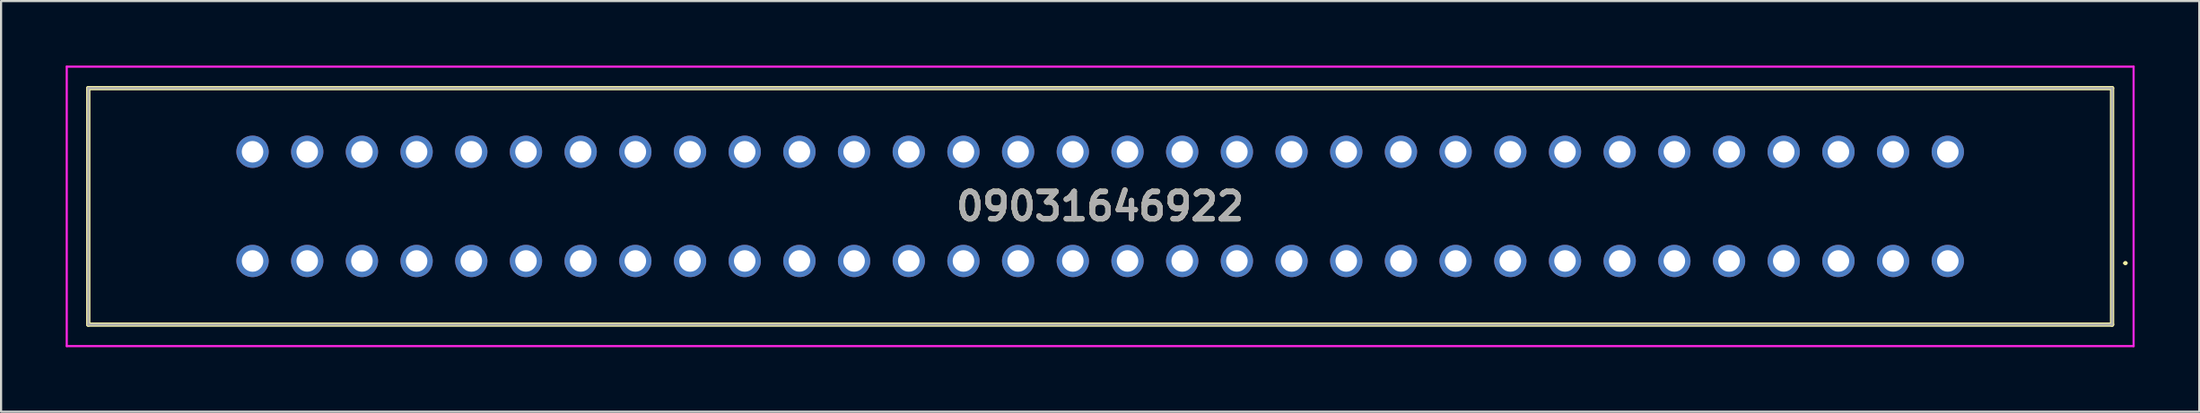
<source format=kicad_pcb>
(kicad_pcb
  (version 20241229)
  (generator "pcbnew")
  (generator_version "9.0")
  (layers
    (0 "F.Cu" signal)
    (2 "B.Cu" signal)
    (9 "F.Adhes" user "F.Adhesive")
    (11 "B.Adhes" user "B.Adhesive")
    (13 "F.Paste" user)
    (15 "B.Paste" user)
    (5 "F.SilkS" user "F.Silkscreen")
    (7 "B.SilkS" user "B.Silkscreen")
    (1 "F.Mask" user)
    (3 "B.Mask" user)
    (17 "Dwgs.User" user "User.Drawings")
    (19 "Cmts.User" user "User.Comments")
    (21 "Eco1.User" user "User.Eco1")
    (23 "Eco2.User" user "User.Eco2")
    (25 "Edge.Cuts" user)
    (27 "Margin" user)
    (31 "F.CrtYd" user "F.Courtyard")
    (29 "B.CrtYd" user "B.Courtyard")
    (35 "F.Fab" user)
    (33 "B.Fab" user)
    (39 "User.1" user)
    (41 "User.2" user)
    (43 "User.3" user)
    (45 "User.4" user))
  (footprint "09031646922"
    (layer "F.Cu")
    (at 87.42 9.09)
    (property "Reference" "09031646922" (at -39.37 -2.54 0) (layer "F.SilkS") (effects (font (size 1.27 1.27) (thickness 0.254))))
    (attr through_hole)
    (fp_line (start -86.37 -8.04) (end -86.37 2.96) (stroke (width 0.2) (type solid)) (layer "F.SilkS"))
    (fp_line (start -86.37 2.96) (end 7.63 2.96) (stroke (width 0.2) (type solid)) (layer "F.SilkS"))
    (fp_line (start 7.63 -8.04) (end -86.37 -8.04) (stroke (width 0.2) (type solid)) (layer "F.SilkS"))
    (fp_line (start 7.63 2.96) (end 7.63 -8.04) (stroke (width 0.2) (type solid)) (layer "F.SilkS"))
    (fp_line (start 8.2 0.1) (end 8.2 0.1) (stroke (width 0.1) (type solid)) (layer "F.SilkS"))
    (fp_line (start 8.3 0.1) (end 8.3 0.1) (stroke (width 0.1) (type solid)) (layer "F.SilkS"))
    (fp_arc (start 8.2 0.1) (mid 8.25 0.05) (end 8.3 0.1) (stroke (width 0.1) (type solid)) (layer "F.SilkS"))
    (fp_arc (start 8.3 0.1) (mid 8.25 0.15) (end 8.2 0.1) (stroke (width 0.1) (type solid)) (layer "F.SilkS"))
    (fp_line (start -87.37 -9.04) (end -87.37 3.96) (stroke (width 0.1) (type solid)) (layer "F.CrtYd"))
    (fp_line (start -87.37 3.96) (end 8.63 3.96) (stroke (width 0.1) (type solid)) (layer "F.CrtYd"))
    (fp_line (start 8.63 -9.04) (end -87.37 -9.04) (stroke (width 0.1) (type solid)) (layer "F.CrtYd"))
    (fp_line (start 8.63 3.96) (end 8.63 -9.04) (stroke (width 0.1) (type solid)) (layer "F.CrtYd"))
    (fp_line (start -86.37 -8.04) (end -86.37 2.96) (stroke (width 0.1) (type solid)) (layer "F.Fab"))
    (fp_line (start -86.37 2.96) (end 7.63 2.96) (stroke (width 0.1) (type solid)) (layer "F.Fab"))
    (fp_line (start 7.63 -8.04) (end -86.37 -8.04) (stroke (width 0.1) (type solid)) (layer "F.Fab"))
    (fp_line (start 7.63 2.96) (end 7.63 -8.04) (stroke (width 0.1) (type solid)) (layer "F.Fab"))
    (fp_text user "${REFERENCE}" (at -39.37 -2.54 0) (layer "F.Fab") (effects (font (size 1.27 1.27) (thickness 0.254))))
    (pad "A1" thru_hole circle (at 0 0) (size 1.5 1.5) (drill 1) (layers "*.Cu" "*.Mask"))
    (pad "A2" thru_hole circle (at -2.54 0) (size 1.5 1.5) (drill 1) (layers "*.Cu" "*.Mask"))
    (pad "A3" thru_hole circle (at -5.08 0) (size 1.5 1.5) (drill 1) (layers "*.Cu" "*.Mask"))
    (pad "A4" thru_hole circle (at -7.62 0) (size 1.5 1.5) (drill 1) (layers "*.Cu" "*.Mask"))
    (pad "A5" thru_hole circle (at -10.16 0) (size 1.5 1.5) (drill 1) (layers "*.Cu" "*.Mask"))
    (pad "A6" thru_hole circle (at -12.7 0) (size 1.5 1.5) (drill 1) (layers "*.Cu" "*.Mask"))
    (pad "A7" thru_hole circle (at -15.24 0) (size 1.5 1.5) (drill 1) (layers "*.Cu" "*.Mask"))
    (pad "A8" thru_hole circle (at -17.78 0) (size 1.5 1.5) (drill 1) (layers "*.Cu" "*.Mask"))
    (pad "A9" thru_hole circle (at -20.32 0) (size 1.5 1.5) (drill 1) (layers "*.Cu" "*.Mask"))
    (pad "A10" thru_hole circle (at -22.86 0) (size 1.5 1.5) (drill 1) (layers "*.Cu" "*.Mask"))
    (pad "A11" thru_hole circle (at -25.4 0) (size 1.5 1.5) (drill 1) (layers "*.Cu" "*.Mask"))
    (pad "A12" thru_hole circle (at -27.94 0) (size 1.5 1.5) (drill 1) (layers "*.Cu" "*.Mask"))
    (pad "A13" thru_hole circle (at -30.48 0) (size 1.5 1.5) (drill 1) (layers "*.Cu" "*.Mask"))
    (pad "A14" thru_hole circle (at -33.02 0) (size 1.5 1.5) (drill 1) (layers "*.Cu" "*.Mask"))
    (pad "A15" thru_hole circle (at -35.56 0) (size 1.5 1.5) (drill 1) (layers "*.Cu" "*.Mask"))
    (pad "A16" thru_hole circle (at -38.1 0) (size 1.5 1.5) (drill 1) (layers "*.Cu" "*.Mask"))
    (pad "A17" thru_hole circle (at -40.64 0) (size 1.5 1.5) (drill 1) (layers "*.Cu" "*.Mask"))
    (pad "A18" thru_hole circle (at -43.18 0) (size 1.5 1.5) (drill 1) (layers "*.Cu" "*.Mask"))
    (pad "A19" thru_hole circle (at -45.72 0) (size 1.5 1.5) (drill 1) (layers "*.Cu" "*.Mask"))
    (pad "A20" thru_hole circle (at -48.26 0) (size 1.5 1.5) (drill 1) (layers "*.Cu" "*.Mask"))
    (pad "A21" thru_hole circle (at -50.8 0) (size 1.5 1.5) (drill 1) (layers "*.Cu" "*.Mask"))
    (pad "A22" thru_hole circle (at -53.34 0) (size 1.5 1.5) (drill 1) (layers "*.Cu" "*.Mask"))
    (pad "A23" thru_hole circle (at -55.88 0) (size 1.5 1.5) (drill 1) (layers "*.Cu" "*.Mask"))
    (pad "A24" thru_hole circle (at -58.42 0) (size 1.5 1.5) (drill 1) (layers "*.Cu" "*.Mask"))
    (pad "A25" thru_hole circle (at -60.96 0) (size 1.5 1.5) (drill 1) (layers "*.Cu" "*.Mask"))
    (pad "A26" thru_hole circle (at -63.5 0) (size 1.5 1.5) (drill 1) (layers "*.Cu" "*.Mask"))
    (pad "A27" thru_hole circle (at -66.04 0) (size 1.5 1.5) (drill 1) (layers "*.Cu" "*.Mask"))
    (pad "A28" thru_hole circle (at -68.58 0) (size 1.5 1.5) (drill 1) (layers "*.Cu" "*.Mask"))
    (pad "A29" thru_hole circle (at -71.12 0) (size 1.5 1.5) (drill 1) (layers "*.Cu" "*.Mask"))
    (pad "A30" thru_hole circle (at -73.66 0) (size 1.5 1.5) (drill 1) (layers "*.Cu" "*.Mask"))
    (pad "A31" thru_hole circle (at -76.2 0) (size 1.5 1.5) (drill 1) (layers "*.Cu" "*.Mask"))
    (pad "A32" thru_hole circle (at -78.74 0) (size 1.5 1.5) (drill 1) (layers "*.Cu" "*.Mask"))
    (pad "C1" thru_hole circle (at 0 -5.08) (size 1.5 1.5) (drill 1) (layers "*.Cu" "*.Mask"))
    (pad "C2" thru_hole circle (at -2.54 -5.08) (size 1.5 1.5) (drill 1) (layers "*.Cu" "*.Mask"))
    (pad "C3" thru_hole circle (at -5.08 -5.08) (size 1.5 1.5) (drill 1) (layers "*.Cu" "*.Mask"))
    (pad "C4" thru_hole circle (at -7.62 -5.08) (size 1.5 1.5) (drill 1) (layers "*.Cu" "*.Mask"))
    (pad "C5" thru_hole circle (at -10.16 -5.08) (size 1.5 1.5) (drill 1) (layers "*.Cu" "*.Mask"))
    (pad "C6" thru_hole circle (at -12.7 -5.08) (size 1.5 1.5) (drill 1) (layers "*.Cu" "*.Mask"))
    (pad "C7" thru_hole circle (at -15.24 -5.08) (size 1.5 1.5) (drill 1) (layers "*.Cu" "*.Mask"))
    (pad "C8" thru_hole circle (at -17.78 -5.08) (size 1.5 1.5) (drill 1) (layers "*.Cu" "*.Mask"))
    (pad "C9" thru_hole circle (at -20.32 -5.08) (size 1.5 1.5) (drill 1) (layers "*.Cu" "*.Mask"))
    (pad "C10" thru_hole circle (at -22.86 -5.08) (size 1.5 1.5) (drill 1) (layers "*.Cu" "*.Mask"))
    (pad "C11" thru_hole circle (at -25.4 -5.08) (size 1.5 1.5) (drill 1) (layers "*.Cu" "*.Mask"))
    (pad "C12" thru_hole circle (at -27.94 -5.08) (size 1.5 1.5) (drill 1) (layers "*.Cu" "*.Mask"))
    (pad "C13" thru_hole circle (at -30.48 -5.08) (size 1.5 1.5) (drill 1) (layers "*.Cu" "*.Mask"))
    (pad "C14" thru_hole circle (at -33.02 -5.08) (size 1.5 1.5) (drill 1) (layers "*.Cu" "*.Mask"))
    (pad "C15" thru_hole circle (at -35.56 -5.08) (size 1.5 1.5) (drill 1) (layers "*.Cu" "*.Mask"))
    (pad "C16" thru_hole circle (at -38.1 -5.08) (size 1.5 1.5) (drill 1) (layers "*.Cu" "*.Mask"))
    (pad "C17" thru_hole circle (at -40.64 -5.08) (size 1.5 1.5) (drill 1) (layers "*.Cu" "*.Mask"))
    (pad "C18" thru_hole circle (at -43.18 -5.08) (size 1.5 1.5) (drill 1) (layers "*.Cu" "*.Mask"))
    (pad "C19" thru_hole circle (at -45.72 -5.08) (size 1.5 1.5) (drill 1) (layers "*.Cu" "*.Mask"))
    (pad "C20" thru_hole circle (at -48.26 -5.08) (size 1.5 1.5) (drill 1) (layers "*.Cu" "*.Mask"))
    (pad "C21" thru_hole circle (at -50.8 -5.08) (size 1.5 1.5) (drill 1) (layers "*.Cu" "*.Mask"))
    (pad "C22" thru_hole circle (at -53.34 -5.08) (size 1.5 1.5) (drill 1) (layers "*.Cu" "*.Mask"))
    (pad "C23" thru_hole circle (at -55.88 -5.08) (size 1.5 1.5) (drill 1) (layers "*.Cu" "*.Mask"))
    (pad "C24" thru_hole circle (at -58.42 -5.08) (size 1.5 1.5) (drill 1) (layers "*.Cu" "*.Mask"))
    (pad "C25" thru_hole circle (at -60.96 -5.08) (size 1.5 1.5) (drill 1) (layers "*.Cu" "*.Mask"))
    (pad "C26" thru_hole circle (at -63.5 -5.08) (size 1.5 1.5) (drill 1) (layers "*.Cu" "*.Mask"))
    (pad "C27" thru_hole circle (at -66.04 -5.08) (size 1.5 1.5) (drill 1) (layers "*.Cu" "*.Mask"))
    (pad "C28" thru_hole circle (at -68.58 -5.08) (size 1.5 1.5) (drill 1) (layers "*.Cu" "*.Mask"))
    (pad "C29" thru_hole circle (at -71.12 -5.08) (size 1.5 1.5) (drill 1) (layers "*.Cu" "*.Mask"))
    (pad "C30" thru_hole circle (at -73.66 -5.08) (size 1.5 1.5) (drill 1) (layers "*.Cu" "*.Mask"))
    (pad "C31" thru_hole circle (at -76.2 -5.08) (size 1.5 1.5) (drill 1) (layers "*.Cu" "*.Mask"))
    (pad "C32" thru_hole circle (at -78.74 -5.08) (size 1.5 1.5) (drill 1) (layers "*.Cu" "*.Mask")))
  (gr_rect
    (start -3 -3)
    (end 99.1 16.1)
    (stroke (width 0.1) (type default))
    (fill no)
    (layer "Edge.Cuts")))
</source>
